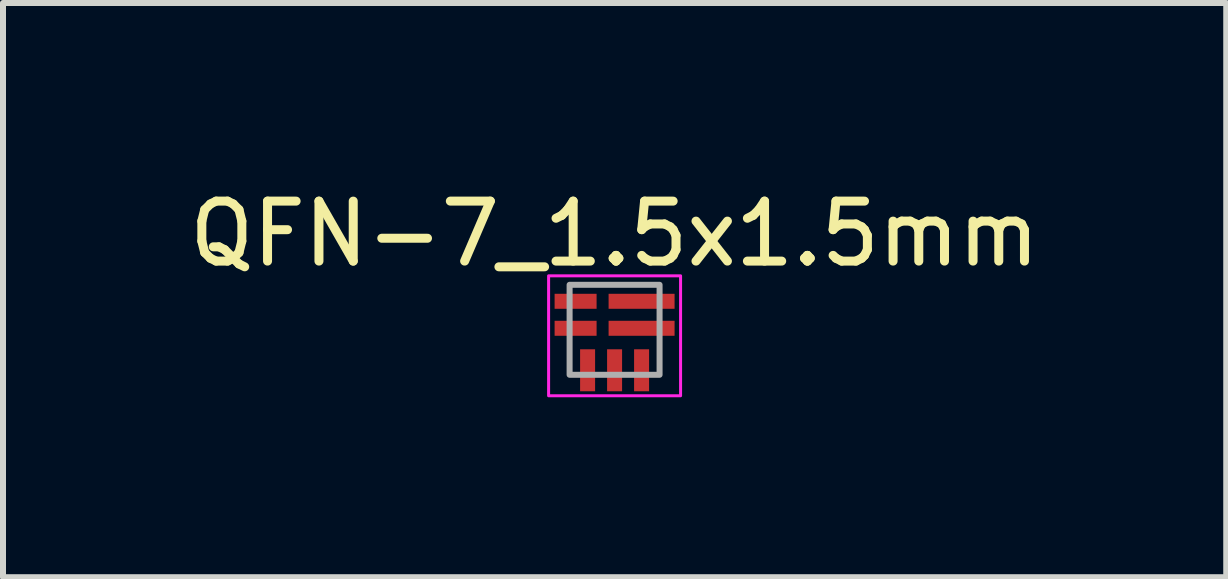
<source format=kicad_pcb>
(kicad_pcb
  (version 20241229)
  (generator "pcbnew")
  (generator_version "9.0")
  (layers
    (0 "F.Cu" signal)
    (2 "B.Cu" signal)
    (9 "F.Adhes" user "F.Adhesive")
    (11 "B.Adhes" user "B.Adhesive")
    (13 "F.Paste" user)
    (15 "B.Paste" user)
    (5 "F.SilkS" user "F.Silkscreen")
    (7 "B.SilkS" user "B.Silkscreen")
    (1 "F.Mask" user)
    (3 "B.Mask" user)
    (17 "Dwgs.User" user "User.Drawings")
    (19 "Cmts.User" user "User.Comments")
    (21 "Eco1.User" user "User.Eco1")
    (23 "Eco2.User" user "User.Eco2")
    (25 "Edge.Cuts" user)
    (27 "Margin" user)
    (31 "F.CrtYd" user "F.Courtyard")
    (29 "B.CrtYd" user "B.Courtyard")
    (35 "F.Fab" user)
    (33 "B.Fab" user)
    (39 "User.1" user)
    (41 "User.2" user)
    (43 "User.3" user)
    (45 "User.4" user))
  (footprint "QFN-7_1.5x1.5mm"
    (layer "F.Cu")
    (at 7.196 2.448)
    (property "Reference" "QFN-7_1.5x1.5mm" (at 0 -1.6 0) (unlocked yes) (layer "F.SilkS") (effects (font (size 1 1) (thickness 0.15))))
    (attr smd)
    (fp_rect (start -1.1 -0.9) (end 1.1 1.1) (stroke (width 0.05) (type default)) (fill no) (layer "F.CrtYd"))
    (fp_rect (start -0.75 -0.75) (end 0.75 0.75) (stroke (width 0.1) (type default)) (fill no) (layer "F.Fab"))
    (pad "1" smd rect (at -0.65 -0.475 90) (size 0.25 0.7) (layers "F.Cu" "F.Mask" "F.Paste"))
    (pad "2" smd rect (at -0.65 -0.025 90) (size 0.25 0.7) (layers "F.Cu" "F.Mask" "F.Paste"))
    (pad "3" smd rect (at -0.45 0.675) (size 0.25 0.7) (layers "F.Cu" "F.Mask" "F.Paste"))
    (pad "4" smd rect (at 0 0.675) (size 0.25 0.7) (layers "F.Cu" "F.Mask" "F.Paste"))
    (pad "5" smd rect (at 0.45 0.675) (size 0.25 0.7) (layers "F.Cu" "F.Mask" "F.Paste"))
    (pad "6" smd rect (at 0.45 -0.025 90) (size 0.25 1.1) (layers "F.Cu" "F.Mask" "F.Paste"))
    (pad "7" smd rect (at 0.45 -0.475 90) (size 0.25 1.1) (layers "F.Cu" "F.Mask" "F.Paste")))
  (gr_rect
    (start -3 -3)
    (end 17.393 6.573)
    (stroke (width 0.1) (type default))
    (fill no)
    (layer "Edge.Cuts")))
</source>
